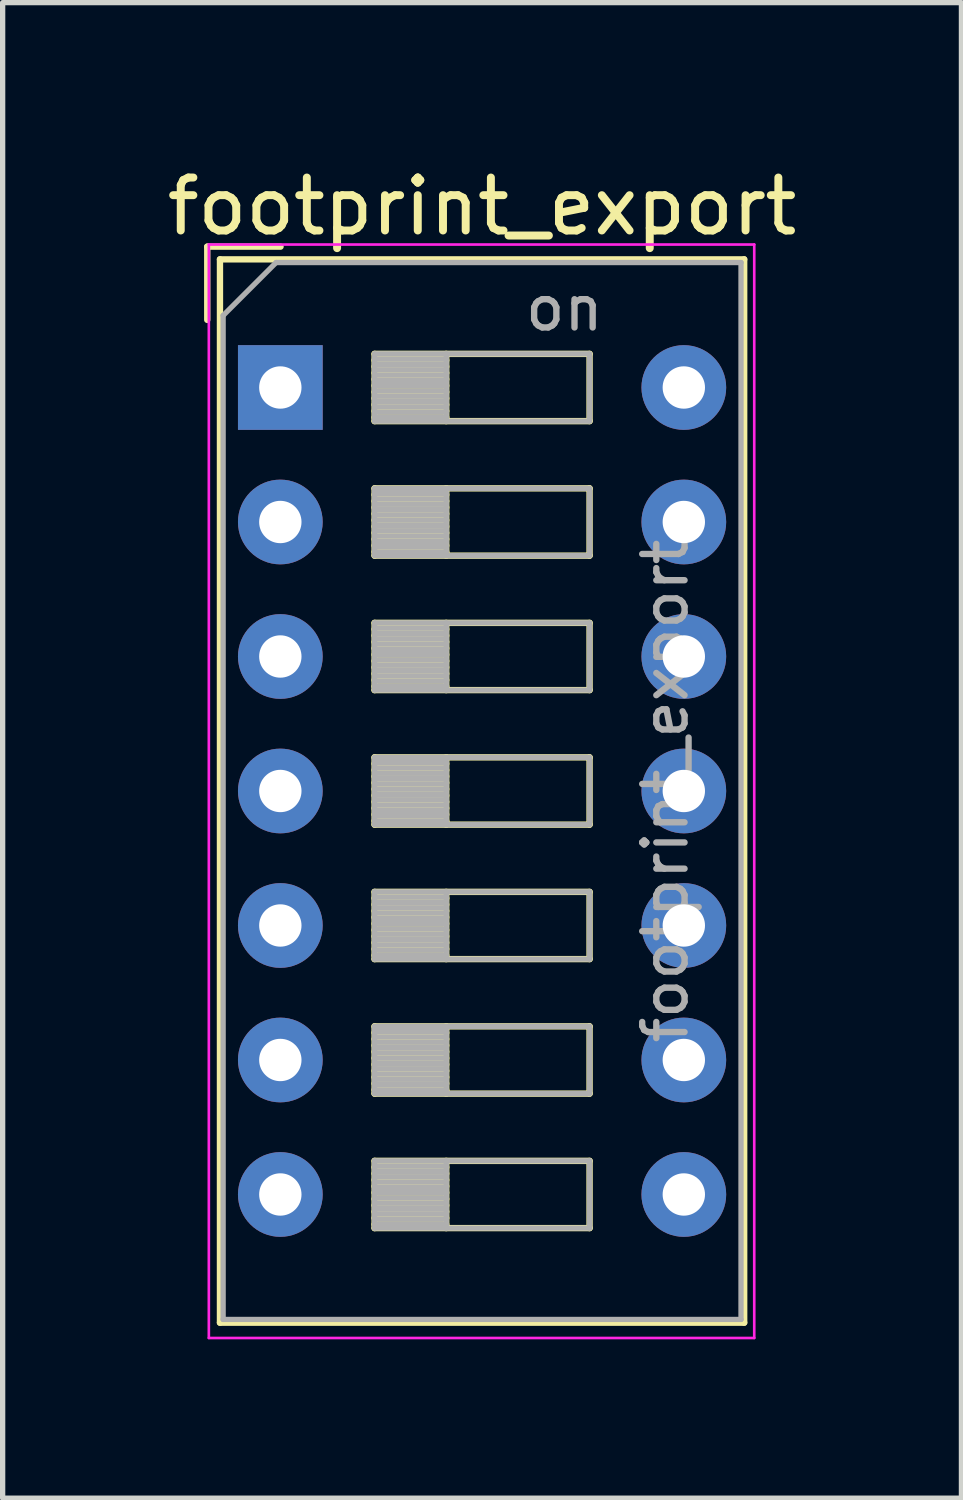
<source format=kicad_pcb>
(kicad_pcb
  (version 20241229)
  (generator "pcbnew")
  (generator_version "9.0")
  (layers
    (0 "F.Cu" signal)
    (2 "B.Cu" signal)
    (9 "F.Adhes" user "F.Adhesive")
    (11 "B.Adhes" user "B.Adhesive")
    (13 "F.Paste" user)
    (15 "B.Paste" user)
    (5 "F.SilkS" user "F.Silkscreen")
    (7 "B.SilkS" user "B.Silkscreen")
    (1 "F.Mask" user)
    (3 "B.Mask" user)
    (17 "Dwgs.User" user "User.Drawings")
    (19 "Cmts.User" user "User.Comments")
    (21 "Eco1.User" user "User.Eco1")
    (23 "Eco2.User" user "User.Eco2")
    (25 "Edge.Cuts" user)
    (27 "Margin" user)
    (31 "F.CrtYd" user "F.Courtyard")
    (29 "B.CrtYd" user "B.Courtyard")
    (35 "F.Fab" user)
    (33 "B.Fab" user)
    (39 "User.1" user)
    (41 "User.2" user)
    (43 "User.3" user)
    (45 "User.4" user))
  (footprint "footprint_export"
    (layer "F.Cu")
    (at 2.244 4.268)
    (property "Reference" "footprint_export" (at 3.81 -3.42 0) (layer "F.SilkS") (effects (font (size 1 1) (thickness 0.15))))
    (attr through_hole)
    (fp_line (start -1.38 -2.66) (end -1.38 -1.277) (stroke (width 0.12) (type solid)) (layer "F.SilkS"))
    (fp_line (start -1.38 -2.66) (end 0.004 -2.66) (stroke (width 0.12) (type solid)) (layer "F.SilkS"))
    (fp_line (start -1.14 -2.42) (end -1.14 17.661) (stroke (width 0.12) (type solid)) (layer "F.SilkS"))
    (fp_line (start -1.14 -2.42) (end 8.76 -2.42) (stroke (width 0.12) (type solid)) (layer "F.SilkS"))
    (fp_line (start -1.14 17.661) (end 8.76 17.661) (stroke (width 0.12) (type solid)) (layer "F.SilkS"))
    (fp_line (start 1.78 -0.635) (end 1.78 0.635) (stroke (width 0.12) (type solid)) (layer "F.SilkS"))
    (fp_line (start 1.78 -0.515) (end 3.133 -0.515) (stroke (width 0.12) (type solid)) (layer "F.SilkS"))
    (fp_line (start 1.78 -0.395) (end 3.133 -0.395) (stroke (width 0.12) (type solid)) (layer "F.SilkS"))
    (fp_line (start 1.78 -0.275) (end 3.133 -0.275) (stroke (width 0.12) (type solid)) (layer "F.SilkS"))
    (fp_line (start 1.78 -0.155) (end 3.133 -0.155) (stroke (width 0.12) (type solid)) (layer "F.SilkS"))
    (fp_line (start 1.78 -0.035) (end 3.133 -0.035) (stroke (width 0.12) (type solid)) (layer "F.SilkS"))
    (fp_line (start 1.78 0.085) (end 3.133 0.085) (stroke (width 0.12) (type solid)) (layer "F.SilkS"))
    (fp_line (start 1.78 0.205) (end 3.133 0.205) (stroke (width 0.12) (type solid)) (layer "F.SilkS"))
    (fp_line (start 1.78 0.325) (end 3.133 0.325) (stroke (width 0.12) (type solid)) (layer "F.SilkS"))
    (fp_line (start 1.78 0.445) (end 3.133 0.445) (stroke (width 0.12) (type solid)) (layer "F.SilkS"))
    (fp_line (start 1.78 0.565) (end 3.133 0.565) (stroke (width 0.12) (type solid)) (layer "F.SilkS"))
    (fp_line (start 1.78 0.635) (end 5.84 0.635) (stroke (width 0.12) (type solid)) (layer "F.SilkS"))
    (fp_line (start 1.78 1.905) (end 1.78 3.175) (stroke (width 0.12) (type solid)) (layer "F.SilkS"))
    (fp_line (start 1.78 2.025) (end 3.133 2.025) (stroke (width 0.12) (type solid)) (layer "F.SilkS"))
    (fp_line (start 1.78 2.145) (end 3.133 2.145) (stroke (width 0.12) (type solid)) (layer "F.SilkS"))
    (fp_line (start 1.78 2.265) (end 3.133 2.265) (stroke (width 0.12) (type solid)) (layer "F.SilkS"))
    (fp_line (start 1.78 2.385) (end 3.133 2.385) (stroke (width 0.12) (type solid)) (layer "F.SilkS"))
    (fp_line (start 1.78 2.505) (end 3.133 2.505) (stroke (width 0.12) (type solid)) (layer "F.SilkS"))
    (fp_line (start 1.78 2.625) (end 3.133 2.625) (stroke (width 0.12) (type solid)) (layer "F.SilkS"))
    (fp_line (start 1.78 2.745) (end 3.133 2.745) (stroke (width 0.12) (type solid)) (layer "F.SilkS"))
    (fp_line (start 1.78 2.865) (end 3.133 2.865) (stroke (width 0.12) (type solid)) (layer "F.SilkS"))
    (fp_line (start 1.78 2.985) (end 3.133 2.985) (stroke (width 0.12) (type solid)) (layer "F.SilkS"))
    (fp_line (start 1.78 3.105) (end 3.133 3.105) (stroke (width 0.12) (type solid)) (layer "F.SilkS"))
    (fp_line (start 1.78 3.175) (end 5.84 3.175) (stroke (width 0.12) (type solid)) (layer "F.SilkS"))
    (fp_line (start 1.78 4.445) (end 1.78 5.715) (stroke (width 0.12) (type solid)) (layer "F.SilkS"))
    (fp_line (start 1.78 4.565) (end 3.133 4.565) (stroke (width 0.12) (type solid)) (layer "F.SilkS"))
    (fp_line (start 1.78 4.685) (end 3.133 4.685) (stroke (width 0.12) (type solid)) (layer "F.SilkS"))
    (fp_line (start 1.78 4.805) (end 3.133 4.805) (stroke (width 0.12) (type solid)) (layer "F.SilkS"))
    (fp_line (start 1.78 4.925) (end 3.133 4.925) (stroke (width 0.12) (type solid)) (layer "F.SilkS"))
    (fp_line (start 1.78 5.045) (end 3.133 5.045) (stroke (width 0.12) (type solid)) (layer "F.SilkS"))
    (fp_line (start 1.78 5.165) (end 3.133 5.165) (stroke (width 0.12) (type solid)) (layer "F.SilkS"))
    (fp_line (start 1.78 5.285) (end 3.133 5.285) (stroke (width 0.12) (type solid)) (layer "F.SilkS"))
    (fp_line (start 1.78 5.405) (end 3.133 5.405) (stroke (width 0.12) (type solid)) (layer "F.SilkS"))
    (fp_line (start 1.78 5.525) (end 3.133 5.525) (stroke (width 0.12) (type solid)) (layer "F.SilkS"))
    (fp_line (start 1.78 5.645) (end 3.133 5.645) (stroke (width 0.12) (type solid)) (layer "F.SilkS"))
    (fp_line (start 1.78 5.715) (end 5.84 5.715) (stroke (width 0.12) (type solid)) (layer "F.SilkS"))
    (fp_line (start 1.78 6.985) (end 1.78 8.255) (stroke (width 0.12) (type solid)) (layer "F.SilkS"))
    (fp_line (start 1.78 7.105) (end 3.133 7.105) (stroke (width 0.12) (type solid)) (layer "F.SilkS"))
    (fp_line (start 1.78 7.225) (end 3.133 7.225) (stroke (width 0.12) (type solid)) (layer "F.SilkS"))
    (fp_line (start 1.78 7.345) (end 3.133 7.345) (stroke (width 0.12) (type solid)) (layer "F.SilkS"))
    (fp_line (start 1.78 7.465) (end 3.133 7.465) (stroke (width 0.12) (type solid)) (layer "F.SilkS"))
    (fp_line (start 1.78 7.585) (end 3.133 7.585) (stroke (width 0.12) (type solid)) (layer "F.SilkS"))
    (fp_line (start 1.78 7.705) (end 3.133 7.705) (stroke (width 0.12) (type solid)) (layer "F.SilkS"))
    (fp_line (start 1.78 7.825) (end 3.133 7.825) (stroke (width 0.12) (type solid)) (layer "F.SilkS"))
    (fp_line (start 1.78 7.945) (end 3.133 7.945) (stroke (width 0.12) (type solid)) (layer "F.SilkS"))
    (fp_line (start 1.78 8.065) (end 3.133 8.065) (stroke (width 0.12) (type solid)) (layer "F.SilkS"))
    (fp_line (start 1.78 8.185) (end 3.133 8.185) (stroke (width 0.12) (type solid)) (layer "F.SilkS"))
    (fp_line (start 1.78 8.255) (end 5.84 8.255) (stroke (width 0.12) (type solid)) (layer "F.SilkS"))
    (fp_line (start 1.78 9.525) (end 1.78 10.795) (stroke (width 0.12) (type solid)) (layer "F.SilkS"))
    (fp_line (start 1.78 9.645) (end 3.133 9.645) (stroke (width 0.12) (type solid)) (layer "F.SilkS"))
    (fp_line (start 1.78 9.765) (end 3.133 9.765) (stroke (width 0.12) (type solid)) (layer "F.SilkS"))
    (fp_line (start 1.78 9.885) (end 3.133 9.885) (stroke (width 0.12) (type solid)) (layer "F.SilkS"))
    (fp_line (start 1.78 10.005) (end 3.133 10.005) (stroke (width 0.12) (type solid)) (layer "F.SilkS"))
    (fp_line (start 1.78 10.125) (end 3.133 10.125) (stroke (width 0.12) (type solid)) (layer "F.SilkS"))
    (fp_line (start 1.78 10.245) (end 3.133 10.245) (stroke (width 0.12) (type solid)) (layer "F.SilkS"))
    (fp_line (start 1.78 10.365) (end 3.133 10.365) (stroke (width 0.12) (type solid)) (layer "F.SilkS"))
    (fp_line (start 1.78 10.485) (end 3.133 10.485) (stroke (width 0.12) (type solid)) (layer "F.SilkS"))
    (fp_line (start 1.78 10.605) (end 3.133 10.605) (stroke (width 0.12) (type solid)) (layer "F.SilkS"))
    (fp_line (start 1.78 10.725) (end 3.133 10.725) (stroke (width 0.12) (type solid)) (layer "F.SilkS"))
    (fp_line (start 1.78 10.795) (end 5.84 10.795) (stroke (width 0.12) (type solid)) (layer "F.SilkS"))
    (fp_line (start 1.78 12.065) (end 1.78 13.335) (stroke (width 0.12) (type solid)) (layer "F.SilkS"))
    (fp_line (start 1.78 12.185) (end 3.133 12.185) (stroke (width 0.12) (type solid)) (layer "F.SilkS"))
    (fp_line (start 1.78 12.305) (end 3.133 12.305) (stroke (width 0.12) (type solid)) (layer "F.SilkS"))
    (fp_line (start 1.78 12.425) (end 3.133 12.425) (stroke (width 0.12) (type solid)) (layer "F.SilkS"))
    (fp_line (start 1.78 12.545) (end 3.133 12.545) (stroke (width 0.12) (type solid)) (layer "F.SilkS"))
    (fp_line (start 1.78 12.665) (end 3.133 12.665) (stroke (width 0.12) (type solid)) (layer "F.SilkS"))
    (fp_line (start 1.78 12.785) (end 3.133 12.785) (stroke (width 0.12) (type solid)) (layer "F.SilkS"))
    (fp_line (start 1.78 12.905) (end 3.133 12.905) (stroke (width 0.12) (type solid)) (layer "F.SilkS"))
    (fp_line (start 1.78 13.025) (end 3.133 13.025) (stroke (width 0.12) (type solid)) (layer "F.SilkS"))
    (fp_line (start 1.78 13.145) (end 3.133 13.145) (stroke (width 0.12) (type solid)) (layer "F.SilkS"))
    (fp_line (start 1.78 13.265) (end 3.133 13.265) (stroke (width 0.12) (type solid)) (layer "F.SilkS"))
    (fp_line (start 1.78 13.335) (end 5.84 13.335) (stroke (width 0.12) (type solid)) (layer "F.SilkS"))
    (fp_line (start 1.78 14.605) (end 1.78 15.875) (stroke (width 0.12) (type solid)) (layer "F.SilkS"))
    (fp_line (start 1.78 14.725) (end 3.133 14.725) (stroke (width 0.12) (type solid)) (layer "F.SilkS"))
    (fp_line (start 1.78 14.845) (end 3.133 14.845) (stroke (width 0.12) (type solid)) (layer "F.SilkS"))
    (fp_line (start 1.78 14.965) (end 3.133 14.965) (stroke (width 0.12) (type solid)) (layer "F.SilkS"))
    (fp_line (start 1.78 15.085) (end 3.133 15.085) (stroke (width 0.12) (type solid)) (layer "F.SilkS"))
    (fp_line (start 1.78 15.205) (end 3.133 15.205) (stroke (width 0.12) (type solid)) (layer "F.SilkS"))
    (fp_line (start 1.78 15.325) (end 3.133 15.325) (stroke (width 0.12) (type solid)) (layer "F.SilkS"))
    (fp_line (start 1.78 15.445) (end 3.133 15.445) (stroke (width 0.12) (type solid)) (layer "F.SilkS"))
    (fp_line (start 1.78 15.565) (end 3.133 15.565) (stroke (width 0.12) (type solid)) (layer "F.SilkS"))
    (fp_line (start 1.78 15.685) (end 3.133 15.685) (stroke (width 0.12) (type solid)) (layer "F.SilkS"))
    (fp_line (start 1.78 15.805) (end 3.133 15.805) (stroke (width 0.12) (type solid)) (layer "F.SilkS"))
    (fp_line (start 1.78 15.875) (end 5.84 15.875) (stroke (width 0.12) (type solid)) (layer "F.SilkS"))
    (fp_line (start 3.133 -0.635) (end 3.133 0.635) (stroke (width 0.12) (type solid)) (layer "F.SilkS"))
    (fp_line (start 3.133 1.905) (end 3.133 3.175) (stroke (width 0.12) (type solid)) (layer "F.SilkS"))
    (fp_line (start 3.133 4.445) (end 3.133 5.715) (stroke (width 0.12) (type solid)) (layer "F.SilkS"))
    (fp_line (start 3.133 6.985) (end 3.133 8.255) (stroke (width 0.12) (type solid)) (layer "F.SilkS"))
    (fp_line (start 3.133 9.525) (end 3.133 10.795) (stroke (width 0.12) (type solid)) (layer "F.SilkS"))
    (fp_line (start 3.133 12.065) (end 3.133 13.335) (stroke (width 0.12) (type solid)) (layer "F.SilkS"))
    (fp_line (start 3.133 14.605) (end 3.133 15.875) (stroke (width 0.12) (type solid)) (layer "F.SilkS"))
    (fp_line (start 5.84 -0.635) (end 1.78 -0.635) (stroke (width 0.12) (type solid)) (layer "F.SilkS"))
    (fp_line (start 5.84 0.635) (end 5.84 -0.635) (stroke (width 0.12) (type solid)) (layer "F.SilkS"))
    (fp_line (start 5.84 1.905) (end 1.78 1.905) (stroke (width 0.12) (type solid)) (layer "F.SilkS"))
    (fp_line (start 5.84 3.175) (end 5.84 1.905) (stroke (width 0.12) (type solid)) (layer "F.SilkS"))
    (fp_line (start 5.84 4.445) (end 1.78 4.445) (stroke (width 0.12) (type solid)) (layer "F.SilkS"))
    (fp_line (start 5.84 5.715) (end 5.84 4.445) (stroke (width 0.12) (type solid)) (layer "F.SilkS"))
    (fp_line (start 5.84 6.985) (end 1.78 6.985) (stroke (width 0.12) (type solid)) (layer "F.SilkS"))
    (fp_line (start 5.84 8.255) (end 5.84 6.985) (stroke (width 0.12) (type solid)) (layer "F.SilkS"))
    (fp_line (start 5.84 9.525) (end 1.78 9.525) (stroke (width 0.12) (type solid)) (layer "F.SilkS"))
    (fp_line (start 5.84 10.795) (end 5.84 9.525) (stroke (width 0.12) (type solid)) (layer "F.SilkS"))
    (fp_line (start 5.84 12.065) (end 1.78 12.065) (stroke (width 0.12) (type solid)) (layer "F.SilkS"))
    (fp_line (start 5.84 13.335) (end 5.84 12.065) (stroke (width 0.12) (type solid)) (layer "F.SilkS"))
    (fp_line (start 5.84 14.605) (end 1.78 14.605) (stroke (width 0.12) (type solid)) (layer "F.SilkS"))
    (fp_line (start 5.84 15.875) (end 5.84 14.605) (stroke (width 0.12) (type solid)) (layer "F.SilkS"))
    (fp_line (start 8.76 -2.42) (end 8.76 17.661) (stroke (width 0.12) (type solid)) (layer "F.SilkS"))
    (fp_line (start -1.35 -2.7) (end -1.35 17.95) (stroke (width 0.05) (type solid)) (layer "F.CrtYd"))
    (fp_line (start -1.35 17.95) (end 8.95 17.95) (stroke (width 0.05) (type solid)) (layer "F.CrtYd"))
    (fp_line (start 8.95 -2.7) (end -1.35 -2.7) (stroke (width 0.05) (type solid)) (layer "F.CrtYd"))
    (fp_line (start 8.95 17.95) (end 8.95 -2.7) (stroke (width 0.05) (type solid)) (layer "F.CrtYd"))
    (fp_line (start -1.08 -1.36) (end -0.08 -2.36) (stroke (width 0.1) (type solid)) (layer "F.Fab"))
    (fp_line (start -1.08 17.6) (end -1.08 -1.36) (stroke (width 0.1) (type solid)) (layer "F.Fab"))
    (fp_line (start -0.08 -2.36) (end 8.7 -2.36) (stroke (width 0.1) (type solid)) (layer "F.Fab"))
    (fp_line (start 1.78 -0.635) (end 1.78 0.635) (stroke (width 0.1) (type solid)) (layer "F.Fab"))
    (fp_line (start 1.78 -0.535) (end 3.133 -0.535) (stroke (width 0.1) (type solid)) (layer "F.Fab"))
    (fp_line (start 1.78 -0.435) (end 3.133 -0.435) (stroke (width 0.1) (type solid)) (layer "F.Fab"))
    (fp_line (start 1.78 -0.335) (end 3.133 -0.335) (stroke (width 0.1) (type solid)) (layer "F.Fab"))
    (fp_line (start 1.78 -0.235) (end 3.133 -0.235) (stroke (width 0.1) (type solid)) (layer "F.Fab"))
    (fp_line (start 1.78 -0.135) (end 3.133 -0.135) (stroke (width 0.1) (type solid)) (layer "F.Fab"))
    (fp_line (start 1.78 -0.035) (end 3.133 -0.035) (stroke (width 0.1) (type solid)) (layer "F.Fab"))
    (fp_line (start 1.78 0.065) (end 3.133 0.065) (stroke (width 0.1) (type solid)) (layer "F.Fab"))
    (fp_line (start 1.78 0.165) (end 3.133 0.165) (stroke (width 0.1) (type solid)) (layer "F.Fab"))
    (fp_line (start 1.78 0.265) (end 3.133 0.265) (stroke (width 0.1) (type solid)) (layer "F.Fab"))
    (fp_line (start 1.78 0.365) (end 3.133 0.365) (stroke (width 0.1) (type solid)) (layer "F.Fab"))
    (fp_line (start 1.78 0.465) (end 3.133 0.465) (stroke (width 0.1) (type solid)) (layer "F.Fab"))
    (fp_line (start 1.78 0.565) (end 3.133 0.565) (stroke (width 0.1) (type solid)) (layer "F.Fab"))
    (fp_line (start 1.78 0.635) (end 5.84 0.635) (stroke (width 0.1) (type solid)) (layer "F.Fab"))
    (fp_line (start 1.78 1.905) (end 1.78 3.175) (stroke (width 0.1) (type solid)) (layer "F.Fab"))
    (fp_line (start 1.78 2.005) (end 3.133 2.005) (stroke (width 0.1) (type solid)) (layer "F.Fab"))
    (fp_line (start 1.78 2.105) (end 3.133 2.105) (stroke (width 0.1) (type solid)) (layer "F.Fab"))
    (fp_line (start 1.78 2.205) (end 3.133 2.205) (stroke (width 0.1) (type solid)) (layer "F.Fab"))
    (fp_line (start 1.78 2.305) (end 3.133 2.305) (stroke (width 0.1) (type solid)) (layer "F.Fab"))
    (fp_line (start 1.78 2.405) (end 3.133 2.405) (stroke (width 0.1) (type solid)) (layer "F.Fab"))
    (fp_line (start 1.78 2.505) (end 3.133 2.505) (stroke (width 0.1) (type solid)) (layer "F.Fab"))
    (fp_line (start 1.78 2.605) (end 3.133 2.605) (stroke (width 0.1) (type solid)) (layer "F.Fab"))
    (fp_line (start 1.78 2.705) (end 3.133 2.705) (stroke (width 0.1) (type solid)) (layer "F.Fab"))
    (fp_line (start 1.78 2.805) (end 3.133 2.805) (stroke (width 0.1) (type solid)) (layer "F.Fab"))
    (fp_line (start 1.78 2.905) (end 3.133 2.905) (stroke (width 0.1) (type solid)) (layer "F.Fab"))
    (fp_line (start 1.78 3.005) (end 3.133 3.005) (stroke (width 0.1) (type solid)) (layer "F.Fab"))
    (fp_line (start 1.78 3.105) (end 3.133 3.105) (stroke (width 0.1) (type solid)) (layer "F.Fab"))
    (fp_line (start 1.78 3.175) (end 5.84 3.175) (stroke (width 0.1) (type solid)) (layer "F.Fab"))
    (fp_line (start 1.78 4.445) (end 1.78 5.715) (stroke (width 0.1) (type solid)) (layer "F.Fab"))
    (fp_line (start 1.78 4.545) (end 3.133 4.545) (stroke (width 0.1) (type solid)) (layer "F.Fab"))
    (fp_line (start 1.78 4.645) (end 3.133 4.645) (stroke (width 0.1) (type solid)) (layer "F.Fab"))
    (fp_line (start 1.78 4.745) (end 3.133 4.745) (stroke (width 0.1) (type solid)) (layer "F.Fab"))
    (fp_line (start 1.78 4.845) (end 3.133 4.845) (stroke (width 0.1) (type solid)) (layer "F.Fab"))
    (fp_line (start 1.78 4.945) (end 3.133 4.945) (stroke (width 0.1) (type solid)) (layer "F.Fab"))
    (fp_line (start 1.78 5.045) (end 3.133 5.045) (stroke (width 0.1) (type solid)) (layer "F.Fab"))
    (fp_line (start 1.78 5.145) (end 3.133 5.145) (stroke (width 0.1) (type solid)) (layer "F.Fab"))
    (fp_line (start 1.78 5.245) (end 3.133 5.245) (stroke (width 0.1) (type solid)) (layer "F.Fab"))
    (fp_line (start 1.78 5.345) (end 3.133 5.345) (stroke (width 0.1) (type solid)) (layer "F.Fab"))
    (fp_line (start 1.78 5.445) (end 3.133 5.445) (stroke (width 0.1) (type solid)) (layer "F.Fab"))
    (fp_line (start 1.78 5.545) (end 3.133 5.545) (stroke (width 0.1) (type solid)) (layer "F.Fab"))
    (fp_line (start 1.78 5.645) (end 3.133 5.645) (stroke (width 0.1) (type solid)) (layer "F.Fab"))
    (fp_line (start 1.78 5.715) (end 5.84 5.715) (stroke (width 0.1) (type solid)) (layer "F.Fab"))
    (fp_line (start 1.78 6.985) (end 1.78 8.255) (stroke (width 0.1) (type solid)) (layer "F.Fab"))
    (fp_line (start 1.78 7.085) (end 3.133 7.085) (stroke (width 0.1) (type solid)) (layer "F.Fab"))
    (fp_line (start 1.78 7.185) (end 3.133 7.185) (stroke (width 0.1) (type solid)) (layer "F.Fab"))
    (fp_line (start 1.78 7.285) (end 3.133 7.285) (stroke (width 0.1) (type solid)) (layer "F.Fab"))
    (fp_line (start 1.78 7.385) (end 3.133 7.385) (stroke (width 0.1) (type solid)) (layer "F.Fab"))
    (fp_line (start 1.78 7.485) (end 3.133 7.485) (stroke (width 0.1) (type solid)) (layer "F.Fab"))
    (fp_line (start 1.78 7.585) (end 3.133 7.585) (stroke (width 0.1) (type solid)) (layer "F.Fab"))
    (fp_line (start 1.78 7.685) (end 3.133 7.685) (stroke (width 0.1) (type solid)) (layer "F.Fab"))
    (fp_line (start 1.78 7.785) (end 3.133 7.785) (stroke (width 0.1) (type solid)) (layer "F.Fab"))
    (fp_line (start 1.78 7.885) (end 3.133 7.885) (stroke (width 0.1) (type solid)) (layer "F.Fab"))
    (fp_line (start 1.78 7.985) (end 3.133 7.985) (stroke (width 0.1) (type solid)) (layer "F.Fab"))
    (fp_line (start 1.78 8.085) (end 3.133 8.085) (stroke (width 0.1) (type solid)) (layer "F.Fab"))
    (fp_line (start 1.78 8.185) (end 3.133 8.185) (stroke (width 0.1) (type solid)) (layer "F.Fab"))
    (fp_line (start 1.78 8.255) (end 5.84 8.255) (stroke (width 0.1) (type solid)) (layer "F.Fab"))
    (fp_line (start 1.78 9.525) (end 1.78 10.795) (stroke (width 0.1) (type solid)) (layer "F.Fab"))
    (fp_line (start 1.78 9.625) (end 3.133 9.625) (stroke (width 0.1) (type solid)) (layer "F.Fab"))
    (fp_line (start 1.78 9.725) (end 3.133 9.725) (stroke (width 0.1) (type solid)) (layer "F.Fab"))
    (fp_line (start 1.78 9.825) (end 3.133 9.825) (stroke (width 0.1) (type solid)) (layer "F.Fab"))
    (fp_line (start 1.78 9.925) (end 3.133 9.925) (stroke (width 0.1) (type solid)) (layer "F.Fab"))
    (fp_line (start 1.78 10.025) (end 3.133 10.025) (stroke (width 0.1) (type solid)) (layer "F.Fab"))
    (fp_line (start 1.78 10.125) (end 3.133 10.125) (stroke (width 0.1) (type solid)) (layer "F.Fab"))
    (fp_line (start 1.78 10.225) (end 3.133 10.225) (stroke (width 0.1) (type solid)) (layer "F.Fab"))
    (fp_line (start 1.78 10.325) (end 3.133 10.325) (stroke (width 0.1) (type solid)) (layer "F.Fab"))
    (fp_line (start 1.78 10.425) (end 3.133 10.425) (stroke (width 0.1) (type solid)) (layer "F.Fab"))
    (fp_line (start 1.78 10.525) (end 3.133 10.525) (stroke (width 0.1) (type solid)) (layer "F.Fab"))
    (fp_line (start 1.78 10.625) (end 3.133 10.625) (stroke (width 0.1) (type solid)) (layer "F.Fab"))
    (fp_line (start 1.78 10.725) (end 3.133 10.725) (stroke (width 0.1) (type solid)) (layer "F.Fab"))
    (fp_line (start 1.78 10.795) (end 5.84 10.795) (stroke (width 0.1) (type solid)) (layer "F.Fab"))
    (fp_line (start 1.78 12.065) (end 1.78 13.335) (stroke (width 0.1) (type solid)) (layer "F.Fab"))
    (fp_line (start 1.78 12.165) (end 3.133 12.165) (stroke (width 0.1) (type solid)) (layer "F.Fab"))
    (fp_line (start 1.78 12.265) (end 3.133 12.265) (stroke (width 0.1) (type solid)) (layer "F.Fab"))
    (fp_line (start 1.78 12.365) (end 3.133 12.365) (stroke (width 0.1) (type solid)) (layer "F.Fab"))
    (fp_line (start 1.78 12.465) (end 3.133 12.465) (stroke (width 0.1) (type solid)) (layer "F.Fab"))
    (fp_line (start 1.78 12.565) (end 3.133 12.565) (stroke (width 0.1) (type solid)) (layer "F.Fab"))
    (fp_line (start 1.78 12.665) (end 3.133 12.665) (stroke (width 0.1) (type solid)) (layer "F.Fab"))
    (fp_line (start 1.78 12.765) (end 3.133 12.765) (stroke (width 0.1) (type solid)) (layer "F.Fab"))
    (fp_line (start 1.78 12.865) (end 3.133 12.865) (stroke (width 0.1) (type solid)) (layer "F.Fab"))
    (fp_line (start 1.78 12.965) (end 3.133 12.965) (stroke (width 0.1) (type solid)) (layer "F.Fab"))
    (fp_line (start 1.78 13.065) (end 3.133 13.065) (stroke (width 0.1) (type solid)) (layer "F.Fab"))
    (fp_line (start 1.78 13.165) (end 3.133 13.165) (stroke (width 0.1) (type solid)) (layer "F.Fab"))
    (fp_line (start 1.78 13.265) (end 3.133 13.265) (stroke (width 0.1) (type solid)) (layer "F.Fab"))
    (fp_line (start 1.78 13.335) (end 5.84 13.335) (stroke (width 0.1) (type solid)) (layer "F.Fab"))
    (fp_line (start 1.78 14.605) (end 1.78 15.875) (stroke (width 0.1) (type solid)) (layer "F.Fab"))
    (fp_line (start 1.78 14.705) (end 3.133 14.705) (stroke (width 0.1) (type solid)) (layer "F.Fab"))
    (fp_line (start 1.78 14.805) (end 3.133 14.805) (stroke (width 0.1) (type solid)) (layer "F.Fab"))
    (fp_line (start 1.78 14.905) (end 3.133 14.905) (stroke (width 0.1) (type solid)) (layer "F.Fab"))
    (fp_line (start 1.78 15.005) (end 3.133 15.005) (stroke (width 0.1) (type solid)) (layer "F.Fab"))
    (fp_line (start 1.78 15.105) (end 3.133 15.105) (stroke (width 0.1) (type solid)) (layer "F.Fab"))
    (fp_line (start 1.78 15.205) (end 3.133 15.205) (stroke (width 0.1) (type solid)) (layer "F.Fab"))
    (fp_line (start 1.78 15.305) (end 3.133 15.305) (stroke (width 0.1) (type solid)) (layer "F.Fab"))
    (fp_line (start 1.78 15.405) (end 3.133 15.405) (stroke (width 0.1) (type solid)) (layer "F.Fab"))
    (fp_line (start 1.78 15.505) (end 3.133 15.505) (stroke (width 0.1) (type solid)) (layer "F.Fab"))
    (fp_line (start 1.78 15.605) (end 3.133 15.605) (stroke (width 0.1) (type solid)) (layer "F.Fab"))
    (fp_line (start 1.78 15.705) (end 3.133 15.705) (stroke (width 0.1) (type solid)) (layer "F.Fab"))
    (fp_line (start 1.78 15.805) (end 3.133 15.805) (stroke (width 0.1) (type solid)) (layer "F.Fab"))
    (fp_line (start 1.78 15.875) (end 5.84 15.875) (stroke (width 0.1) (type solid)) (layer "F.Fab"))
    (fp_line (start 3.133 -0.635) (end 3.133 0.635) (stroke (width 0.1) (type solid)) (layer "F.Fab"))
    (fp_line (start 3.133 1.905) (end 3.133 3.175) (stroke (width 0.1) (type solid)) (layer "F.Fab"))
    (fp_line (start 3.133 4.445) (end 3.133 5.715) (stroke (width 0.1) (type solid)) (layer "F.Fab"))
    (fp_line (start 3.133 6.985) (end 3.133 8.255) (stroke (width 0.1) (type solid)) (layer "F.Fab"))
    (fp_line (start 3.133 9.525) (end 3.133 10.795) (stroke (width 0.1) (type solid)) (layer "F.Fab"))
    (fp_line (start 3.133 12.065) (end 3.133 13.335) (stroke (width 0.1) (type solid)) (layer "F.Fab"))
    (fp_line (start 3.133 14.605) (end 3.133 15.875) (stroke (width 0.1) (type solid)) (layer "F.Fab"))
    (fp_line (start 5.84 -0.635) (end 1.78 -0.635) (stroke (width 0.1) (type solid)) (layer "F.Fab"))
    (fp_line (start 5.84 0.635) (end 5.84 -0.635) (stroke (width 0.1) (type solid)) (layer "F.Fab"))
    (fp_line (start 5.84 1.905) (end 1.78 1.905) (stroke (width 0.1) (type solid)) (layer "F.Fab"))
    (fp_line (start 5.84 3.175) (end 5.84 1.905) (stroke (width 0.1) (type solid)) (layer "F.Fab"))
    (fp_line (start 5.84 4.445) (end 1.78 4.445) (stroke (width 0.1) (type solid)) (layer "F.Fab"))
    (fp_line (start 5.84 5.715) (end 5.84 4.445) (stroke (width 0.1) (type solid)) (layer "F.Fab"))
    (fp_line (start 5.84 6.985) (end 1.78 6.985) (stroke (width 0.1) (type solid)) (layer "F.Fab"))
    (fp_line (start 5.84 8.255) (end 5.84 6.985) (stroke (width 0.1) (type solid)) (layer "F.Fab"))
    (fp_line (start 5.84 9.525) (end 1.78 9.525) (stroke (width 0.1) (type solid)) (layer "F.Fab"))
    (fp_line (start 5.84 10.795) (end 5.84 9.525) (stroke (width 0.1) (type solid)) (layer "F.Fab"))
    (fp_line (start 5.84 12.065) (end 1.78 12.065) (stroke (width 0.1) (type solid)) (layer "F.Fab"))
    (fp_line (start 5.84 13.335) (end 5.84 12.065) (stroke (width 0.1) (type solid)) (layer "F.Fab"))
    (fp_line (start 5.84 14.605) (end 1.78 14.605) (stroke (width 0.1) (type solid)) (layer "F.Fab"))
    (fp_line (start 5.84 15.875) (end 5.84 14.605) (stroke (width 0.1) (type solid)) (layer "F.Fab"))
    (fp_line (start 8.7 -2.36) (end 8.7 17.6) (stroke (width 0.1) (type solid)) (layer "F.Fab"))
    (fp_line (start 8.7 17.6) (end -1.08 17.6) (stroke (width 0.1) (type solid)) (layer "F.Fab"))
    (fp_text user "${REFERENCE}" (at 7.27 7.62 90) (layer "F.Fab") (effects (font (size 0.8 0.8) (thickness 0.12))))
    (fp_text user "on" (at 5.365 -1.498 0) (layer "F.Fab") (effects (font (size 0.8 0.8) (thickness 0.12))))
    (pad "1" thru_hole rect (at 0 0) (size 1.6 1.6) (drill 0.8) (layers "*.Cu" "*.Mask"))
    (pad "2" thru_hole oval (at 0 2.54) (size 1.6 1.6) (drill 0.8) (layers "*.Cu" "*.Mask"))
    (pad "3" thru_hole oval (at 0 5.08) (size 1.6 1.6) (drill 0.8) (layers "*.Cu" "*.Mask"))
    (pad "4" thru_hole oval (at 0 7.62) (size 1.6 1.6) (drill 0.8) (layers "*.Cu" "*.Mask"))
    (pad "5" thru_hole oval (at 0 10.16) (size 1.6 1.6) (drill 0.8) (layers "*.Cu" "*.Mask"))
    (pad "6" thru_hole oval (at 0 12.7) (size 1.6 1.6) (drill 0.8) (layers "*.Cu" "*.Mask"))
    (pad "7" thru_hole oval (at 0 15.24) (size 1.6 1.6) (drill 0.8) (layers "*.Cu" "*.Mask"))
    (pad "8" thru_hole oval (at 7.62 15.24) (size 1.6 1.6) (drill 0.8) (layers "*.Cu" "*.Mask"))
    (pad "9" thru_hole oval (at 7.62 12.7) (size 1.6 1.6) (drill 0.8) (layers "*.Cu" "*.Mask"))
    (pad "10" thru_hole oval (at 7.62 10.16) (size 1.6 1.6) (drill 0.8) (layers "*.Cu" "*.Mask"))
    (pad "11" thru_hole oval (at 7.62 7.62) (size 1.6 1.6) (drill 0.8) (layers "*.Cu" "*.Mask"))
    (pad "12" thru_hole oval (at 7.62 5.08) (size 1.6 1.6) (drill 0.8) (layers "*.Cu" "*.Mask"))
    (pad "13" thru_hole oval (at 7.62 2.54) (size 1.6 1.6) (drill 0.8) (layers "*.Cu" "*.Mask"))
    (pad "14" thru_hole oval (at 7.62 0) (size 1.6 1.6) (drill 0.8) (layers "*.Cu" "*.Mask")))
  (gr_rect
    (start -3 -3)
    (end 15.107 25.243)
    (stroke (width 0.1) (type default))
    (fill no)
    (layer "Edge.Cuts")))
</source>
